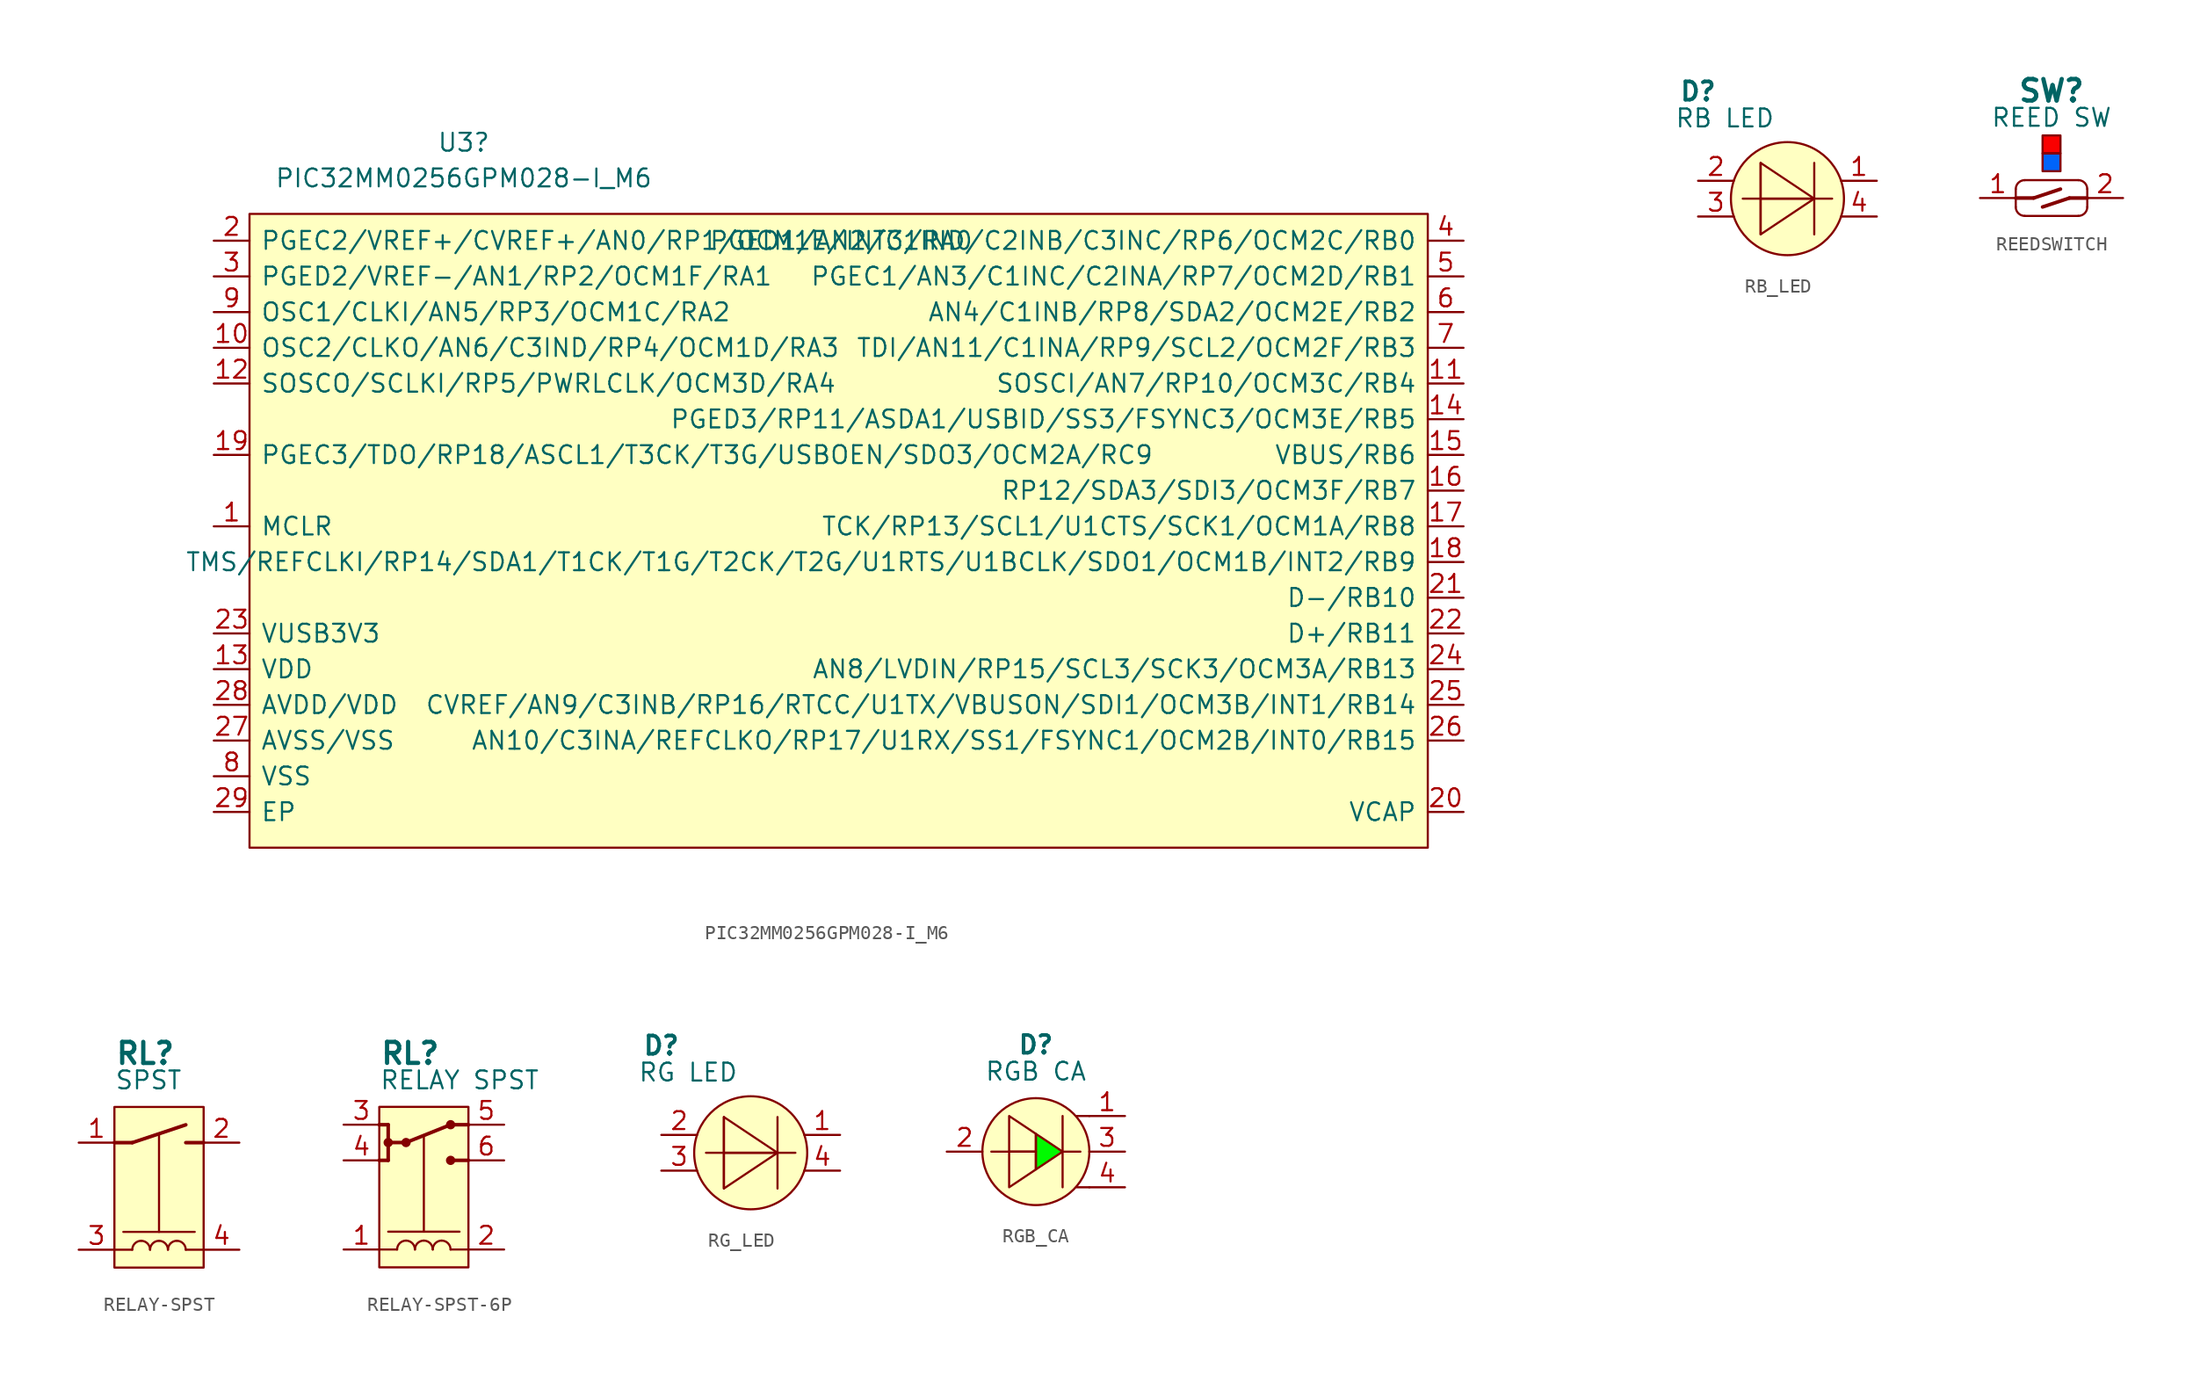
<source format=kicad_sym>
(kicad_symbol_lib
  (version 20231120)
  (generator "kicad_symbol_editor")
  (generator_version "8.0")
  (symbol "PIC32MM0256GPM028-I_M6"
    (pin_names
      (offset 0.762))
    (property "Reference" "U3"
      (at 20.32 8.89 0)
      (effects (font (size 1.27 1.27))))
    (property "Value" "PIC32MM0256GPM028-I_M6"
      (at 20.32 6.35 0)
      (effects (font (size 1.27 1.27))))
    (property "MPN" ""
      (at 80.645 -39.37 0)
      (effects (font (size 1.27 1.27))))
    (symbol "PIC32MM0256GPM028-I_M6_0_0"
      (pin input line (at 2.54 -18.415 0) (length 2.54) (name "MCLR" (effects (font (size 1.27 1.27)))) (number "1" (effects (font (size 1.27 1.27)))))
      (pin bidirectional line (at 2.54 -5.715 0) (length 2.54) (name "OSC2/CLKO/AN6/C3IND/RP4/OCM1D/RA3" (effects (font (size 1.27 1.27)))) (number "10" (effects (font (size 1.27 1.27)))))
      (pin bidirectional line (at 91.44 -8.255 180) (length 2.54) (name "SOSCI/AN7/RP10/OCM3C/RB4" (effects (font (size 1.27 1.27)))) (number "11" (effects (font (size 1.27 1.27)))))
      (pin bidirectional line (at 2.54 -8.255 0) (length 2.54) (name "SOSCO/SCLKI/RP5/PWRLCLK/OCM3D/RA4" (effects (font (size 1.27 1.27)))) (number "12" (effects (font (size 1.27 1.27)))))
      (pin power_in line (at 2.54 -28.575 0) (length 2.54) (name "VDD" (effects (font (size 1.27 1.27)))) (number "13" (effects (font (size 1.27 1.27)))))
      (pin bidirectional line (at 91.44 -10.795 180) (length 2.54) (name "PGED3/RP11/ASDA1/USBID/SS3/FSYNC3/OCM3E/RB5" (effects (font (size 1.27 1.27)))) (number "14" (effects (font (size 1.27 1.27)))))
      (pin bidirectional line (at 91.44 -13.335 180) (length 2.54) (name "VBUS/RB6" (effects (font (size 1.27 1.27)))) (number "15" (effects (font (size 1.27 1.27)))))
      (pin bidirectional line (at 91.44 -15.875 180) (length 2.54) (name "RP12/SDA3/SDI3/OCM3F/RB7" (effects (font (size 1.27 1.27)))) (number "16" (effects (font (size 1.27 1.27)))))
      (pin bidirectional line (at 91.44 -18.415 180) (length 2.54) (name "TCK/RP13/SCL1/U1CTS/SCK1/OCM1A/RB8" (effects (font (size 1.27 1.27)))) (number "17" (effects (font (size 1.27 1.27)))))
      (pin bidirectional line (at 91.44 -20.955 180) (length 2.54) (name "TMS/REFCLKI/RP14/SDA1/T1CK/T1G/T2CK/T2G/U1RTS/U1BCLK/SDO1/OCM1B/INT2/RB9" (effects (font (size 1.27 1.27)))) (number "18" (effects (font (size 1.27 1.27)))))
      (pin bidirectional line (at 2.54 -13.335 0) (length 2.54) (name "PGEC3/TDO/RP18/ASCL1/T3CK/T3G/USBOEN/SDO3/OCM2A/RC9" (effects (font (size 1.27 1.27)))) (number "19" (effects (font (size 1.27 1.27)))))
      (pin bidirectional line (at 2.54 1.905 0) (length 2.54) (name "PGEC2/VREF+/CVREF+/AN0/RP1/OCM1E/INT3/RA0" (effects (font (size 1.27 1.27)))) (number "2" (effects (font (size 1.27 1.27)))))
      (pin passive line (at 91.44 -38.735 180) (length 2.54) (name "VCAP" (effects (font (size 1.27 1.27)))) (number "20" (effects (font (size 1.27 1.27)))))
      (pin bidirectional line (at 91.44 -23.495 180) (length 2.54) (name "D-/RB10" (effects (font (size 1.27 1.27)))) (number "21" (effects (font (size 1.27 1.27)))))
      (pin bidirectional line (at 91.44 -26.035 180) (length 2.54) (name "D+/RB11" (effects (font (size 1.27 1.27)))) (number "22" (effects (font (size 1.27 1.27)))))
      (pin power_in line (at 2.54 -26.035 0) (length 2.54) (name "VUSB3V3" (effects (font (size 1.27 1.27)))) (number "23" (effects (font (size 1.27 1.27)))))
      (pin bidirectional line (at 91.44 -28.575 180) (length 2.54) (name "AN8/LVDIN/RP15/SCL3/SCK3/OCM3A/RB13" (effects (font (size 1.27 1.27)))) (number "24" (effects (font (size 1.27 1.27)))))
      (pin bidirectional line (at 91.44 -31.115 180) (length 2.54) (name "CVREF/AN9/C3INB/RP16/RTCC/U1TX/VBUSON/SDI1/OCM3B/INT1/RB14" (effects (font (size 1.27 1.27)))) (number "25" (effects (font (size 1.27 1.27)))))
      (pin bidirectional line (at 91.44 -33.655 180) (length 2.54) (name "AN10/C3INA/REFCLKO/RP17/U1RX/SS1/FSYNC1/OCM2B/INT0/RB15" (effects (font (size 1.27 1.27)))) (number "26" (effects (font (size 1.27 1.27)))))
      (pin passive line (at 2.54 -33.655 0) (length 2.54) (name "AVSS/VSS" (effects (font (size 1.27 1.27)))) (number "27" (effects (font (size 1.27 1.27)))))
      (pin power_in line (at 2.54 -31.115 0) (length 2.54) (name "AVDD/VDD" (effects (font (size 1.27 1.27)))) (number "28" (effects (font (size 1.27 1.27)))))
      (pin passive line (at 2.54 -38.735 0) (length 2.54) (name "EP" (effects (font (size 1.27 1.27)))) (number "29" (effects (font (size 1.27 1.27)))))
      (pin bidirectional line (at 2.54 -0.635 0) (length 2.54) (name "PGED2/VREF-/AN1/RP2/OCM1F/RA1" (effects (font (size 1.27 1.27)))) (number "3" (effects (font (size 1.27 1.27)))))
      (pin bidirectional line (at 91.44 1.905 180) (length 2.54) (name "PGED1/AN2/C1IND/C2INB/C3INC/RP6/OCM2C/RB0" (effects (font (size 1.27 1.27)))) (number "4" (effects (font (size 1.27 1.27)))))
      (pin bidirectional line (at 91.44 -0.635 180) (length 2.54) (name "PGEC1/AN3/C1INC/C2INA/RP7/OCM2D/RB1" (effects (font (size 1.27 1.27)))) (number "5" (effects (font (size 1.27 1.27)))))
      (pin bidirectional line (at 91.44 -3.175 180) (length 2.54) (name "AN4/C1INB/RP8/SDA2/OCM2E/RB2" (effects (font (size 1.27 1.27)))) (number "6" (effects (font (size 1.27 1.27)))))
      (pin bidirectional line (at 91.44 -5.715 180) (length 2.54) (name "TDI/AN11/C1INA/RP9/SCL2/OCM2F/RB3" (effects (font (size 1.27 1.27)))) (number "7" (effects (font (size 1.27 1.27)))))
      (pin passive line (at 2.54 -36.195 0) (length 2.54) (name "VSS" (effects (font (size 1.27 1.27)))) (number "8" (effects (font (size 1.27 1.27)))))
      (pin bidirectional line (at 2.54 -3.175 0) (length 2.54) (name "OSC1/CLKI/AN5/RP3/OCM1C/RA2" (effects (font (size 1.27 1.27)))) (number "9" (effects (font (size 1.27 1.27))))))
    (symbol "PIC32MM0256GPM028-I_M6_0_1"
      (rectangle (start 5.08 3.81) (end 88.9 -41.275) (stroke (width 0) (type default)) (fill (type background)))))
  (symbol "RB_LED"
    (pin_names hide)
    (property "Reference" "D"
      (at 0 0 0)
      (effects (font (size 1.3 1.3) (bold yes))))
    (property "Value" "RB LED"
      (at 1.905 -1.905 0)
      (effects (font (size 1.27 1.27))))
    (symbol "RB_LED_0_1"
      (polyline (pts (xy 4.445 -5.08) (xy 4.445 -10.16)) (stroke (width 0) (type default)) (fill (type none)))
      (polyline (pts (xy 8.255 -5.08) (xy 8.255 -10.16)) (stroke (width 0) (type default)) (fill (type none))))
    (symbol "RB_LED_1_1"
      (polyline (pts (xy 4.445 -7.62) (xy 3.175 -7.62)) (stroke (width 0) (type default)) (fill (type none)))
      (polyline (pts (xy 9.525 -7.62) (xy 8.255 -7.62)) (stroke (width 0) (type default)) (fill (type none)))
      (polyline (pts (xy 4.445 -7.62) (xy 8.255 -7.62) (xy 4.445 -10.16) (xy 4.445 -7.62)) (stroke (width 0) (type default)) (fill (type color) (color 255 0 0 1)))
      (polyline (pts (xy 4.445 -7.62) (xy 8.255 -7.62) (xy 4.445 -5.08) (xy 4.445 -7.62)) (stroke (width 0) (type default)) (fill (type color) (color 0 0 255 1)))
      (circle (center 6.35 -7.62) (radius 4.016) (stroke (width 0) (type default)) (fill (type background)))
      (pin passive line (at 12.7 -6.35 180) (length 2.54) (name "GK" (effects (font (size 1.27 1.27)))) (number "1" (effects (font (size 1.27 1.27)))))
      (pin passive line (at 0 -6.35 0) (length 2.54) (name "GA" (effects (font (size 1.27 1.27)))) (number "2" (effects (font (size 1.27 1.27)))))
      (pin passive line (at 0 -8.89 0) (length 2.54) (name "RA" (effects (font (size 1.27 1.27)))) (number "3" (effects (font (size 1.27 1.27)))))
      (pin passive line (at 12.7 -8.89 180) (length 2.54) (name "RK" (effects (font (size 1.27 1.27)))) (number "4" (effects (font (size 1.27 1.27)))))))
  (symbol "REEDSWITCH"
    (pin_names hide)
    (property "Reference" "SW"
      (at 0 0.635 0)
      (effects (font (size 1.524 1.524) (bold yes))))
    (property "Value" "REED SW"
      (at 0 -1.27 0)
      (effects (font (size 1.27 1.27))))
    (symbol "REEDSWITCH_0_1"
      (arc (start -2.54 -7.62) (mid -2.354 -8.069) (end -1.905 -8.255) (stroke (width 0) (type default)) (fill (type none)))
      (arc (start -1.905 -5.715) (mid -2.354 -5.901) (end -2.54 -6.35) (stroke (width 0) (type default)) (fill (type none)))
      (polyline (pts (xy -2.54 -6.35) (xy -2.54 -7.62)) (stroke (width 0) (type default)) (fill (type none)))
      (polyline (pts (xy 1.905 -8.255) (xy -1.905 -8.255)) (stroke (width 0) (type default)) (fill (type none)))
      (polyline (pts (xy 1.905 -5.715) (xy -1.905 -5.715)) (stroke (width 0) (type default)) (fill (type none)))
      (polyline (pts (xy 2.54 -7.62) (xy 2.54 -6.35)) (stroke (width 0) (type default)) (fill (type none)))
      (arc (start 1.905 -8.255) (mid 2.354 -8.069) (end 2.54 -7.62) (stroke (width 0) (type default)) (fill (type none)))
      (arc (start 2.54 -6.35) (mid 2.354 -5.901) (end 1.905 -5.715) (stroke (width 0) (type default)) (fill (type none))))
    (symbol "REEDSWITCH_1_1"
      (rectangle (start -0.635 -3.81) (end 0.635 -5.08) (stroke (width 0) (type default)) (fill (type color) (color 0 100 250 1)))
      (rectangle (start -0.635 -2.54) (end 0.635 -3.81) (stroke (width 0) (type default)) (fill (type color) (color 250 0 0 1)))
      (polyline (pts (xy -2.54 -6.985) (xy -1.27 -6.985)) (stroke (width 0.254) (type default)) (fill (type none)))
      (polyline (pts (xy -1.27 -6.985) (xy 0.635 -6.35)) (stroke (width 0.254) (type default)) (fill (type none)))
      (polyline (pts (xy 1.27 -6.985) (xy -0.635 -7.62)) (stroke (width 0.254) (type default)) (fill (type none)))
      (polyline (pts (xy 2.54 -6.985) (xy 1.27 -6.985)) (stroke (width 0.254) (type default)) (fill (type none)))
      (pin passive line (at -5.08 -6.985 0) (length 2.54) (name "1" (effects (font (size 1.27 1.27)))) (number "1" (effects (font (size 1.27 1.27)))))
      (pin passive line (at 5.08 -6.985 180) (length 2.54) (name "2" (effects (font (size 1.27 1.27)))) (number "2" (effects (font (size 1.27 1.27)))))))
  (symbol "RELAY-SPST"
    (pin_names hide)
    (property "Reference" "RL"
      (at 0 0 0)
      (effects (font (size 1.5 1.5) (bold yes)) (justify left)))
    (property "Value" "SPST"
      (at 0 -1.905 0)
      (effects (font (size 1.27 1.27)) (justify left)))
    (symbol "RELAY-SPST_0_1"
      (polyline (pts (xy 0 -13.97) (xy 1.27 -13.97)) (stroke (width 0) (type default)) (fill (type none)))
      (polyline (pts (xy 0.635 -12.7) (xy 5.715 -12.7)) (stroke (width 0) (type default)) (fill (type none)))
      (polyline (pts (xy 3.175 -5.715) (xy 3.175 -12.7)) (stroke (width 0) (type default)) (fill (type none)))
      (polyline (pts (xy 6.35 -13.97) (xy 5.08 -13.97)) (stroke (width 0) (type default)) (fill (type none)))
      (arc (start 1.905 -13.335) (mid 1.456 -13.521) (end 1.27 -13.97) (stroke (width 0) (type default)) (fill (type none)))
      (arc (start 2.54 -13.97) (mid 2.354 -13.521) (end 1.905 -13.335) (stroke (width 0) (type default)) (fill (type none)))
      (arc (start 3.175 -13.335) (mid 2.726 -13.521) (end 2.54 -13.97) (stroke (width 0) (type default)) (fill (type none)))
      (arc (start 3.81 -13.97) (mid 3.624 -13.521) (end 3.175 -13.335) (stroke (width 0) (type default)) (fill (type none)))
      (arc (start 4.445 -13.335) (mid 3.996 -13.521) (end 3.81 -13.97) (stroke (width 0) (type default)) (fill (type none)))
      (arc (start 5.08 -13.97) (mid 4.894 -13.521) (end 4.445 -13.335) (stroke (width 0) (type default)) (fill (type none))))
    (symbol "RELAY-SPST_1_1"
      (rectangle (start 0 -3.81) (end 6.35 -15.24) (stroke (width 0) (type default)) (fill (type background)))
      (polyline (pts (xy 0 -6.35) (xy 1.27 -6.35)) (stroke (width 0.254) (type default)) (fill (type none)))
      (polyline (pts (xy 1.27 -6.35) (xy 5.08 -5.08)) (stroke (width 0.254) (type default)) (fill (type none)))
      (polyline (pts (xy 6.35 -6.35) (xy 5.08 -6.35)) (stroke (width 0.254) (type default)) (fill (type none)))
      (pin passive line (at -2.54 -6.35 0) (length 2.54) (name "1" (effects (font (size 1.27 1.27)))) (number "1" (effects (font (size 1.27 1.27)))))
      (pin passive line (at 8.89 -6.35 180) (length 2.54) (name "2" (effects (font (size 1.27 1.27)))) (number "2" (effects (font (size 1.27 1.27)))))
      (pin passive line (at -2.54 -13.97 0) (length 2.54) (name "3" (effects (font (size 1.27 1.27)))) (number "3" (effects (font (size 1.27 1.27)))))
      (pin passive line (at 8.89 -13.97 180) (length 2.54) (name "4" (effects (font (size 1.27 1.27)))) (number "4" (effects (font (size 1.27 1.27)))))))
  (symbol "RELAY-SPST-6P"
    (pin_names hide)
    (property "Reference" "RL"
      (at 0 0 0)
      (effects (font (size 1.5 1.5) (bold yes)) (justify left)))
    (property "Value" "RELAY SPST"
      (at 0 -1.905 0)
      (effects (font (size 1.27 1.27)) (justify left)))
    (symbol "RELAY-SPST-6P_0_1"
      (polyline (pts (xy 0 -13.97) (xy 1.27 -13.97)) (stroke (width 0) (type default)) (fill (type none)))
      (polyline (pts (xy 0.635 -12.7) (xy 5.715 -12.7)) (stroke (width 0) (type default)) (fill (type none)))
      (polyline (pts (xy 3.175 -5.842) (xy 3.175 -12.7)) (stroke (width 0) (type default)) (fill (type none)))
      (polyline (pts (xy 6.35 -13.97) (xy 5.08 -13.97)) (stroke (width 0) (type default)) (fill (type none)))
      (arc (start 1.905 -13.335) (mid 1.456 -13.521) (end 1.27 -13.97) (stroke (width 0) (type default)) (fill (type none)))
      (arc (start 2.54 -13.97) (mid 2.354 -13.521) (end 1.905 -13.335) (stroke (width 0) (type default)) (fill (type none)))
      (arc (start 3.175 -13.335) (mid 2.726 -13.521) (end 2.54 -13.97) (stroke (width 0) (type default)) (fill (type none)))
      (arc (start 3.81 -13.97) (mid 3.624 -13.521) (end 3.175 -13.335) (stroke (width 0) (type default)) (fill (type none)))
      (arc (start 4.445 -13.335) (mid 3.996 -13.521) (end 3.81 -13.97) (stroke (width 0) (type default)) (fill (type none)))
      (arc (start 5.08 -13.97) (mid 4.894 -13.521) (end 4.445 -13.335) (stroke (width 0) (type default)) (fill (type none))))
    (symbol "RELAY-SPST-6P_1_1"
      (rectangle (start 0 -3.81) (end 6.35 -15.24) (stroke (width 0) (type default)) (fill (type background)))
      (polyline (pts (xy 0 -7.62) (xy 0.635 -7.62)) (stroke (width 0.254) (type default)) (fill (type none)))
      (polyline (pts (xy 0 -5.08) (xy 0.635 -5.08)) (stroke (width 0.254) (type default)) (fill (type none)))
      (polyline (pts (xy 0.635 -6.35) (xy 1.905 -6.35)) (stroke (width 0.254) (type default)) (fill (type none)))
      (polyline (pts (xy 0.635 -5.08) (xy 0.635 -7.62)) (stroke (width 0.254) (type default)) (fill (type none)))
      (polyline (pts (xy 1.905 -6.35) (xy 5.08 -5.08)) (stroke (width 0.254) (type default)) (fill (type none)))
      (polyline (pts (xy 6.35 -7.62) (xy 5.08 -7.62)) (stroke (width 0.254) (type default)) (fill (type none)))
      (polyline (pts (xy 6.35 -5.08) (xy 5.08 -5.08)) (stroke (width 0.254) (type default)) (fill (type none)))
      (circle (center 0.635 -6.35) (radius 0.254) (stroke (width 0) (type solid)) (fill (type outline)))
      (circle (center 1.905 -6.35) (radius 0.254) (stroke (width 0) (type solid)) (fill (type outline)))
      (circle (center 5.08 -7.62) (radius 0.254) (stroke (width 0) (type solid)) (fill (type outline)))
      (circle (center 5.08 -5.08) (radius 0.254) (stroke (width 0) (type solid)) (fill (type outline)))
      (pin passive line (at -2.54 -13.97 0) (length 2.54) (name "COIL1" (effects (font (size 1.27 1.27)))) (number "1" (effects (font (size 1.27 1.27)))))
      (pin passive line (at 8.89 -13.97 180) (length 2.54) (name "COIL2" (effects (font (size 1.27 1.27)))) (number "2" (effects (font (size 1.27 1.27)))))
      (pin passive line (at -2.54 -5.08 0) (length 2.54) (name "COM" (effects (font (size 1.27 1.27)))) (number "3" (effects (font (size 1.27 1.27)))))
      (pin passive line (at -2.54 -7.62 0) (length 2.54) (name "COM" (effects (font (size 1.27 1.27)))) (number "4" (effects (font (size 1.27 1.27)))))
      (pin passive line (at 8.89 -5.08 180) (length 2.54) (name "NC" (effects (font (size 1.27 1.27)))) (number "5" (effects (font (size 1.27 1.27)))))
      (pin passive line (at 8.89 -7.62 180) (length 2.54) (name "NO" (effects (font (size 1.27 1.27)))) (number "6" (effects (font (size 1.27 1.27)))))))
  (symbol "RG_LED"
    (pin_names hide)
    (property "Reference" "D"
      (at 0 0 0)
      (effects (font (size 1.3 1.3) (bold yes))))
    (property "Value" "RG LED"
      (at 1.905 -1.905 0)
      (effects (font (size 1.27 1.27))))
    (symbol "RG_LED_0_1"
      (polyline (pts (xy 4.445 -5.08) (xy 4.445 -10.16)) (stroke (width 0) (type default)) (fill (type none)))
      (polyline (pts (xy 8.255 -5.08) (xy 8.255 -10.16)) (stroke (width 0) (type default)) (fill (type none))))
    (symbol "RG_LED_1_1"
      (polyline (pts (xy 4.445 -7.62) (xy 3.175 -7.62)) (stroke (width 0) (type default)) (fill (type none)))
      (polyline (pts (xy 9.525 -7.62) (xy 8.255 -7.62)) (stroke (width 0) (type default)) (fill (type none)))
      (polyline (pts (xy 4.445 -7.62) (xy 8.255 -7.62) (xy 4.445 -10.16) (xy 4.445 -7.62)) (stroke (width 0) (type default)) (fill (type color) (color 255 0 0 1)))
      (polyline (pts (xy 4.445 -7.62) (xy 8.255 -7.62) (xy 4.445 -5.08) (xy 4.445 -7.62)) (stroke (width 0) (type default)) (fill (type color) (color 0 255 0 1)))
      (circle (center 6.35 -7.62) (radius 4.016) (stroke (width 0) (type default)) (fill (type background)))
      (pin passive line (at 12.7 -6.35 180) (length 2.54) (name "GK" (effects (font (size 1.27 1.27)))) (number "1" (effects (font (size 1.27 1.27)))))
      (pin passive line (at 0 -6.35 0) (length 2.54) (name "GA" (effects (font (size 1.27 1.27)))) (number "2" (effects (font (size 1.27 1.27)))))
      (pin passive line (at 0 -8.89 0) (length 2.54) (name "RA" (effects (font (size 1.27 1.27)))) (number "3" (effects (font (size 1.27 1.27)))))
      (pin passive line (at 12.7 -8.89 180) (length 2.54) (name "RK" (effects (font (size 1.27 1.27)))) (number "4" (effects (font (size 1.27 1.27)))))))
  (symbol "RGB_CA"
    (pin_names hide)
    (property "Reference" "D"
      (at 0 0 0)
      (effects (font (size 1.27 1.27) (bold yes))))
    (property "Value" "RGB CA"
      (at 0 -1.905 0)
      (effects (font (size 1.27 1.27))))
    (symbol "RGB_CA_0_1"
      (polyline (pts (xy 1.905 -5.08) (xy 1.905 -10.16)) (stroke (width 0) (type default)) (fill (type none))))
    (symbol "RGB_CA_1_1"
      (circle (center 0 -7.62) (radius 3.81) (stroke (width 0) (type default)) (fill (type background)))
      (polyline (pts (xy -1.905 -7.62) (xy -3.175 -7.62)) (stroke (width 0) (type default)) (fill (type none)))
      (polyline (pts (xy 3.175 -7.62) (xy 1.905 -7.62)) (stroke (width 0) (type default)) (fill (type none)))
      (polyline (pts (xy 3.81 -10.16) (xy 2.921 -10.16)) (stroke (width 0) (type default)) (fill (type none)))
      (polyline (pts (xy 3.81 -5.08) (xy 2.921 -5.08)) (stroke (width 0) (type default)) (fill (type none)))
      (polyline (pts (xy 1.905 -7.62) (xy 0 -8.89) (xy 0 -6.35) (xy 1.905 -7.62)) (stroke (width 0) (type default)) (fill (type color) (color 0 250 0 1)))
      (polyline (pts (xy -1.905 -10.16) (xy -1.905 -7.62) (xy 0 -7.62) (xy 0 -8.89) (xy -1.905 -10.16)) (stroke (width 0) (type default)) (fill (type color) (color 0 0 250 1)))
      (polyline (pts (xy -1.905 -5.08) (xy -1.905 -7.62) (xy 0 -7.62) (xy 0 -6.35) (xy -1.905 -5.08)) (stroke (width 0) (type default)) (fill (type color) (color 250 0 0 1)))
      (pin passive line (at 6.35 -5.08 180) (length 2.54) (name "RK" (effects (font (size 1.27 1.27)))) (number "1" (effects (font (size 1.27 1.27)))))
      (pin passive line (at -6.35 -7.62 0) (length 2.54) (name "CA" (effects (font (size 1.27 1.27)))) (number "2" (effects (font (size 1.27 1.27)))))
      (pin passive line (at 6.35 -7.62 180) (length 2.54) (name "BK" (effects (font (size 1.27 1.27)))) (number "3" (effects (font (size 1.27 1.27)))))
      (pin passive line (at 6.35 -10.16 180) (length 2.54) (name "GK" (effects (font (size 1.27 1.27)))) (number "4" (effects (font (size 1.27 1.27))))))))
</source>
